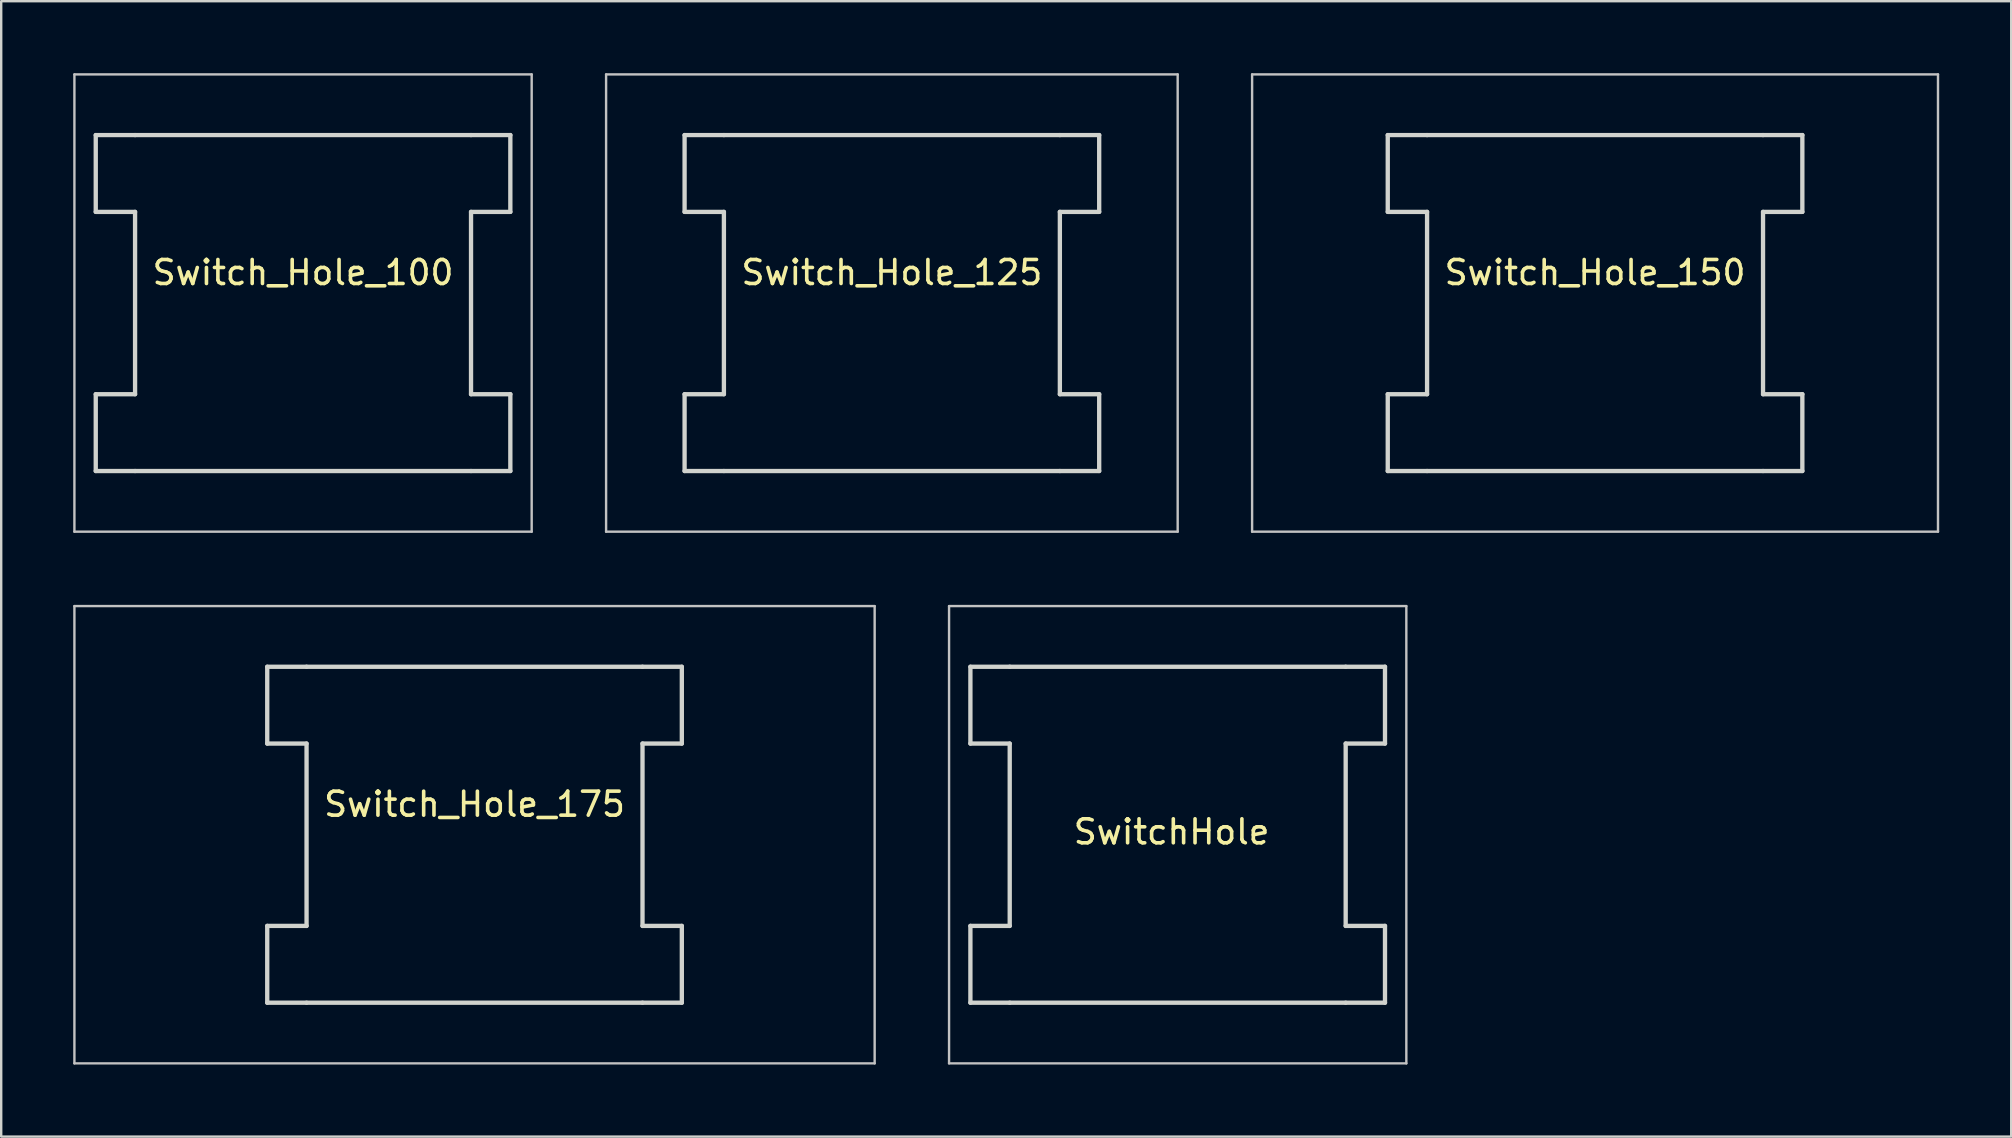
<source format=kicad_pcb>
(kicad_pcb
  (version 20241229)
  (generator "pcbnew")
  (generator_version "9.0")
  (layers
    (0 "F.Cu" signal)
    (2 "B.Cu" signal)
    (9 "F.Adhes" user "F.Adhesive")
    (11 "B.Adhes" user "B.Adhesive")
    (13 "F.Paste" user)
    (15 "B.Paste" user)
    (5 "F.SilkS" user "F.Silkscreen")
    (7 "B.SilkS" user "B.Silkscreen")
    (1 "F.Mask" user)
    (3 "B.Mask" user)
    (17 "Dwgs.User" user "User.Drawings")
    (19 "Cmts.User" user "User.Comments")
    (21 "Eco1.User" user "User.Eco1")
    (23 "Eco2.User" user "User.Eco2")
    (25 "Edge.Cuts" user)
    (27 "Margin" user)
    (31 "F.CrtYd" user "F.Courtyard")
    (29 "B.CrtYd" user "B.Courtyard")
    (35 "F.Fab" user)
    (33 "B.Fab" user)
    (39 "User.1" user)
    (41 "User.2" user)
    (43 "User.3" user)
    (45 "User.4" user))
  (footprint "Switch_Hole_150"
    (layer "F.Cu")
    (at 63.4 9.575)
    (property "Reference" "Switch_Hole_150" (at 0 -1.27 0) (unlocked yes) (layer "F.SilkS") (effects (font (size 1 1) (thickness 0.15))))
    (attr through_hole)
    (fp_line (start -14.287 -9.525) (end -14.287 9.525) (stroke (width 0.1) (type solid)) (layer "Dwgs.User"))
    (fp_line (start -14.287 -9.525) (end 14.287 -9.525) (stroke (width 0.1) (type solid)) (layer "Dwgs.User"))
    (fp_line (start -14.287 9.525) (end 14.287 9.525) (stroke (width 0.1) (type solid)) (layer "Dwgs.User"))
    (fp_line (start 14.287 9.525) (end 14.287 -9.525) (stroke (width 0.1) (type solid)) (layer "Dwgs.User"))
    (fp_line (start -8.636 -6.998) (end -8.636 -3.798) (stroke (width 0.18) (type solid)) (layer "Edge.Cuts"))
    (fp_line (start -8.636 -3.798) (end -6.998 -3.798) (stroke (width 0.18) (type solid)) (layer "Edge.Cuts"))
    (fp_line (start -8.636 3.798) (end -6.998 3.798) (stroke (width 0.18) (type solid)) (layer "Edge.Cuts"))
    (fp_line (start -8.636 6.998) (end -8.636 3.798) (stroke (width 0.18) (type solid)) (layer "Edge.Cuts"))
    (fp_line (start -6.998 -6.998) (end -8.636 -6.998) (stroke (width 0.18) (type solid)) (layer "Edge.Cuts"))
    (fp_line (start -6.998 -6.998) (end 6.998 -6.998) (stroke (width 0.18) (type solid)) (layer "Edge.Cuts"))
    (fp_line (start -6.998 -3.798) (end -6.998 3.798) (stroke (width 0.18) (type solid)) (layer "Edge.Cuts"))
    (fp_line (start -6.998 6.998) (end -8.636 6.998) (stroke (width 0.18) (type solid)) (layer "Edge.Cuts"))
    (fp_line (start -6.998 6.998) (end 6.998 6.998) (stroke (width 0.18) (type solid)) (layer "Edge.Cuts"))
    (fp_line (start 6.998 -6.998) (end 8.636 -6.998) (stroke (width 0.18) (type solid)) (layer "Edge.Cuts"))
    (fp_line (start 6.998 3.798) (end 6.998 -3.798) (stroke (width 0.18) (type solid)) (layer "Edge.Cuts"))
    (fp_line (start 6.998 6.998) (end 8.636 6.998) (stroke (width 0.18) (type solid)) (layer "Edge.Cuts"))
    (fp_line (start 8.636 -6.998) (end 8.636 -3.798) (stroke (width 0.18) (type solid)) (layer "Edge.Cuts"))
    (fp_line (start 8.636 -3.798) (end 6.998 -3.798) (stroke (width 0.18) (type solid)) (layer "Edge.Cuts"))
    (fp_line (start 8.636 3.798) (end 6.998 3.798) (stroke (width 0.18) (type solid)) (layer "Edge.Cuts"))
    (fp_line (start 8.636 6.998) (end 8.636 3.798) (stroke (width 0.18) (type solid)) (layer "Edge.Cuts")))
  (footprint "Switch_Hole_175"
    (layer "F.Cu")
    (at 16.719 31.725)
    (property "Reference" "Switch_Hole_175" (at 0 -1.27 0) (unlocked yes) (layer "F.SilkS") (effects (font (size 1 1) (thickness 0.15))))
    (attr smd)
    (fp_line (start -16.669 -9.525) (end -16.669 9.525) (stroke (width 0.1) (type solid)) (layer "Dwgs.User"))
    (fp_line (start -16.669 -9.525) (end 16.669 -9.525) (stroke (width 0.1) (type solid)) (layer "Dwgs.User"))
    (fp_line (start -16.669 9.525) (end 16.669 9.525) (stroke (width 0.1) (type solid)) (layer "Dwgs.User"))
    (fp_line (start 16.669 9.525) (end 16.669 -9.525) (stroke (width 0.1) (type solid)) (layer "Dwgs.User"))
    (fp_line (start -8.636 -6.998) (end -8.636 -3.798) (stroke (width 0.18) (type solid)) (layer "Edge.Cuts"))
    (fp_line (start -8.636 -3.798) (end -6.998 -3.798) (stroke (width 0.18) (type solid)) (layer "Edge.Cuts"))
    (fp_line (start -8.636 3.798) (end -6.998 3.798) (stroke (width 0.18) (type solid)) (layer "Edge.Cuts"))
    (fp_line (start -8.636 6.998) (end -8.636 3.798) (stroke (width 0.18) (type solid)) (layer "Edge.Cuts"))
    (fp_line (start -6.998 -6.998) (end -8.636 -6.998) (stroke (width 0.18) (type solid)) (layer "Edge.Cuts"))
    (fp_line (start -6.998 -6.998) (end 6.998 -6.998) (stroke (width 0.18) (type solid)) (layer "Edge.Cuts"))
    (fp_line (start -6.998 -3.798) (end -6.998 3.798) (stroke (width 0.18) (type solid)) (layer "Edge.Cuts"))
    (fp_line (start -6.998 6.998) (end -8.636 6.998) (stroke (width 0.18) (type solid)) (layer "Edge.Cuts"))
    (fp_line (start -6.998 6.998) (end 6.998 6.998) (stroke (width 0.18) (type solid)) (layer "Edge.Cuts"))
    (fp_line (start 6.998 -6.998) (end 8.636 -6.998) (stroke (width 0.18) (type solid)) (layer "Edge.Cuts"))
    (fp_line (start 6.998 3.798) (end 6.998 -3.798) (stroke (width 0.18) (type solid)) (layer "Edge.Cuts"))
    (fp_line (start 6.998 6.998) (end 8.636 6.998) (stroke (width 0.18) (type solid)) (layer "Edge.Cuts"))
    (fp_line (start 8.636 -6.998) (end 8.636 -3.798) (stroke (width 0.18) (type solid)) (layer "Edge.Cuts"))
    (fp_line (start 8.636 -3.798) (end 6.998 -3.798) (stroke (width 0.18) (type solid)) (layer "Edge.Cuts"))
    (fp_line (start 8.636 3.798) (end 6.998 3.798) (stroke (width 0.18) (type solid)) (layer "Edge.Cuts"))
    (fp_line (start 8.636 6.998) (end 8.636 3.798) (stroke (width 0.18) (type solid)) (layer "Edge.Cuts")))
  (footprint "Switch_Hole_100"
    (layer "F.Cu")
    (at 9.575 9.575)
    (property "Reference" "Switch_Hole_100" (at 0 -1.27 0) (unlocked yes) (layer "F.SilkS") (effects (font (size 1 1) (thickness 0.15))))
    (attr smd)
    (fp_line (start -9.525 -9.525) (end -9.525 9.525) (stroke (width 0.1) (type solid)) (layer "Dwgs.User"))
    (fp_line (start -9.525 -9.525) (end 9.525 -9.525) (stroke (width 0.1) (type solid)) (layer "Dwgs.User"))
    (fp_line (start -9.525 9.525) (end 9.525 9.525) (stroke (width 0.1) (type solid)) (layer "Dwgs.User"))
    (fp_line (start 9.525 9.525) (end 9.525 -9.525) (stroke (width 0.1) (type solid)) (layer "Dwgs.User"))
    (fp_line (start -8.636 -6.998) (end -8.636 -3.798) (stroke (width 0.18) (type solid)) (layer "Edge.Cuts"))
    (fp_line (start -8.636 -3.798) (end -6.998 -3.798) (stroke (width 0.18) (type solid)) (layer "Edge.Cuts"))
    (fp_line (start -8.636 3.798) (end -6.998 3.798) (stroke (width 0.18) (type solid)) (layer "Edge.Cuts"))
    (fp_line (start -8.636 6.998) (end -8.636 3.798) (stroke (width 0.18) (type solid)) (layer "Edge.Cuts"))
    (fp_line (start -6.998 -6.998) (end -8.636 -6.998) (stroke (width 0.18) (type solid)) (layer "Edge.Cuts"))
    (fp_line (start -6.998 -6.998) (end 6.998 -6.998) (stroke (width 0.18) (type solid)) (layer "Edge.Cuts"))
    (fp_line (start -6.998 -3.798) (end -6.998 3.798) (stroke (width 0.18) (type solid)) (layer "Edge.Cuts"))
    (fp_line (start -6.998 6.998) (end -8.636 6.998) (stroke (width 0.18) (type solid)) (layer "Edge.Cuts"))
    (fp_line (start -6.998 6.998) (end 6.998 6.998) (stroke (width 0.18) (type solid)) (layer "Edge.Cuts"))
    (fp_line (start 6.998 -6.998) (end 8.636 -6.998) (stroke (width 0.18) (type solid)) (layer "Edge.Cuts"))
    (fp_line (start 6.998 3.798) (end 6.998 -3.798) (stroke (width 0.18) (type solid)) (layer "Edge.Cuts"))
    (fp_line (start 6.998 6.998) (end 8.636 6.998) (stroke (width 0.18) (type solid)) (layer "Edge.Cuts"))
    (fp_line (start 8.636 -6.998) (end 8.636 -3.798) (stroke (width 0.18) (type solid)) (layer "Edge.Cuts"))
    (fp_line (start 8.636 -3.798) (end 6.998 -3.798) (stroke (width 0.18) (type solid)) (layer "Edge.Cuts"))
    (fp_line (start 8.636 3.798) (end 6.998 3.798) (stroke (width 0.18) (type solid)) (layer "Edge.Cuts"))
    (fp_line (start 8.636 6.998) (end 8.636 3.798) (stroke (width 0.18) (type solid)) (layer "Edge.Cuts")))
  (footprint "SwitchHole"
    (layer "F.Cu")
    (at 46.013 31.725)
    (property "Reference" "SwitchHole" (at -0.254 -0.119 0) (unlocked yes) (layer "F.SilkS") (effects (font (size 1 1) (thickness 0.15))))
    (attr through_hole)
    (fp_line (start -9.525 -9.525) (end -9.525 9.525) (stroke (width 0.1) (type solid)) (layer "Dwgs.User"))
    (fp_line (start -9.525 -9.525) (end 9.525 -9.525) (stroke (width 0.1) (type solid)) (layer "Dwgs.User"))
    (fp_line (start -9.525 9.525) (end 9.525 9.525) (stroke (width 0.1) (type solid)) (layer "Dwgs.User"))
    (fp_line (start 9.525 9.525) (end 9.525 -9.525) (stroke (width 0.1) (type solid)) (layer "Dwgs.User"))
    (fp_line (start -8.636 -6.998) (end -8.636 -3.798) (stroke (width 0.18) (type solid)) (layer "Edge.Cuts"))
    (fp_line (start -8.636 -3.798) (end -6.998 -3.798) (stroke (width 0.18) (type solid)) (layer "Edge.Cuts"))
    (fp_line (start -8.636 3.798) (end -6.998 3.798) (stroke (width 0.18) (type solid)) (layer "Edge.Cuts"))
    (fp_line (start -8.636 6.998) (end -8.636 3.798) (stroke (width 0.18) (type solid)) (layer "Edge.Cuts"))
    (fp_line (start -6.998 -6.998) (end -8.636 -6.998) (stroke (width 0.18) (type solid)) (layer "Edge.Cuts"))
    (fp_line (start -6.998 -6.998) (end 6.998 -6.998) (stroke (width 0.18) (type solid)) (layer "Edge.Cuts"))
    (fp_line (start -6.998 -3.798) (end -6.998 3.798) (stroke (width 0.18) (type solid)) (layer "Edge.Cuts"))
    (fp_line (start -6.998 6.998) (end -8.636 6.998) (stroke (width 0.18) (type solid)) (layer "Edge.Cuts"))
    (fp_line (start -6.998 6.998) (end 6.998 6.998) (stroke (width 0.18) (type solid)) (layer "Edge.Cuts"))
    (fp_line (start 6.998 -6.998) (end 8.636 -6.998) (stroke (width 0.18) (type solid)) (layer "Edge.Cuts"))
    (fp_line (start 6.998 3.798) (end 6.998 -3.798) (stroke (width 0.18) (type solid)) (layer "Edge.Cuts"))
    (fp_line (start 6.998 6.998) (end 8.636 6.998) (stroke (width 0.18) (type solid)) (layer "Edge.Cuts"))
    (fp_line (start 8.636 -6.998) (end 8.636 -3.798) (stroke (width 0.18) (type solid)) (layer "Edge.Cuts"))
    (fp_line (start 8.636 -3.798) (end 6.998 -3.798) (stroke (width 0.18) (type solid)) (layer "Edge.Cuts"))
    (fp_line (start 8.636 3.798) (end 6.998 3.798) (stroke (width 0.18) (type solid)) (layer "Edge.Cuts"))
    (fp_line (start 8.636 6.998) (end 8.636 3.798) (stroke (width 0.18) (type solid)) (layer "Edge.Cuts")))
  (footprint "Switch_Hole_125"
    (layer "F.Cu")
    (at 34.106 9.575)
    (property "Reference" "Switch_Hole_125" (at 0 -1.27 0) (unlocked yes) (layer "F.SilkS") (effects (font (size 1 1) (thickness 0.15))))
    (fp_line (start -11.906 -9.525) (end -11.906 9.525) (stroke (width 0.1) (type solid)) (layer "Dwgs.User"))
    (fp_line (start -11.906 -9.525) (end 11.906 -9.525) (stroke (width 0.1) (type solid)) (layer "Dwgs.User"))
    (fp_line (start -11.906 9.525) (end 11.906 9.525) (stroke (width 0.1) (type solid)) (layer "Dwgs.User"))
    (fp_line (start 11.906 9.525) (end 11.906 -9.525) (stroke (width 0.1) (type solid)) (layer "Dwgs.User"))
    (fp_line (start -8.636 -6.998) (end -8.636 -3.798) (stroke (width 0.18) (type solid)) (layer "Edge.Cuts"))
    (fp_line (start -8.636 -3.798) (end -6.998 -3.798) (stroke (width 0.18) (type solid)) (layer "Edge.Cuts"))
    (fp_line (start -8.636 3.798) (end -6.998 3.798) (stroke (width 0.18) (type solid)) (layer "Edge.Cuts"))
    (fp_line (start -8.636 6.998) (end -8.636 3.798) (stroke (width 0.18) (type solid)) (layer "Edge.Cuts"))
    (fp_line (start -6.998 -6.998) (end -8.636 -6.998) (stroke (width 0.18) (type solid)) (layer "Edge.Cuts"))
    (fp_line (start -6.998 -6.998) (end 6.998 -6.998) (stroke (width 0.18) (type solid)) (layer "Edge.Cuts"))
    (fp_line (start -6.998 -3.798) (end -6.998 3.798) (stroke (width 0.18) (type solid)) (layer "Edge.Cuts"))
    (fp_line (start -6.998 6.998) (end -8.636 6.998) (stroke (width 0.18) (type solid)) (layer "Edge.Cuts"))
    (fp_line (start -6.998 6.998) (end 6.998 6.998) (stroke (width 0.18) (type solid)) (layer "Edge.Cuts"))
    (fp_line (start 6.998 -6.998) (end 8.636 -6.998) (stroke (width 0.18) (type solid)) (layer "Edge.Cuts"))
    (fp_line (start 6.998 3.798) (end 6.998 -3.798) (stroke (width 0.18) (type solid)) (layer "Edge.Cuts"))
    (fp_line (start 6.998 6.998) (end 8.636 6.998) (stroke (width 0.18) (type solid)) (layer "Edge.Cuts"))
    (fp_line (start 8.636 -6.998) (end 8.636 -3.798) (stroke (width 0.18) (type solid)) (layer "Edge.Cuts"))
    (fp_line (start 8.636 -3.798) (end 6.998 -3.798) (stroke (width 0.18) (type solid)) (layer "Edge.Cuts"))
    (fp_line (start 8.636 3.798) (end 6.998 3.798) (stroke (width 0.18) (type solid)) (layer "Edge.Cuts"))
    (fp_line (start 8.636 6.998) (end 8.636 3.798) (stroke (width 0.18) (type solid)) (layer "Edge.Cuts")))
  (gr_rect
    (start -3 -3)
    (end 80.737 44.3)
    (stroke (width 0.1) (type default))
    (fill no)
    (layer "Edge.Cuts")))
</source>
